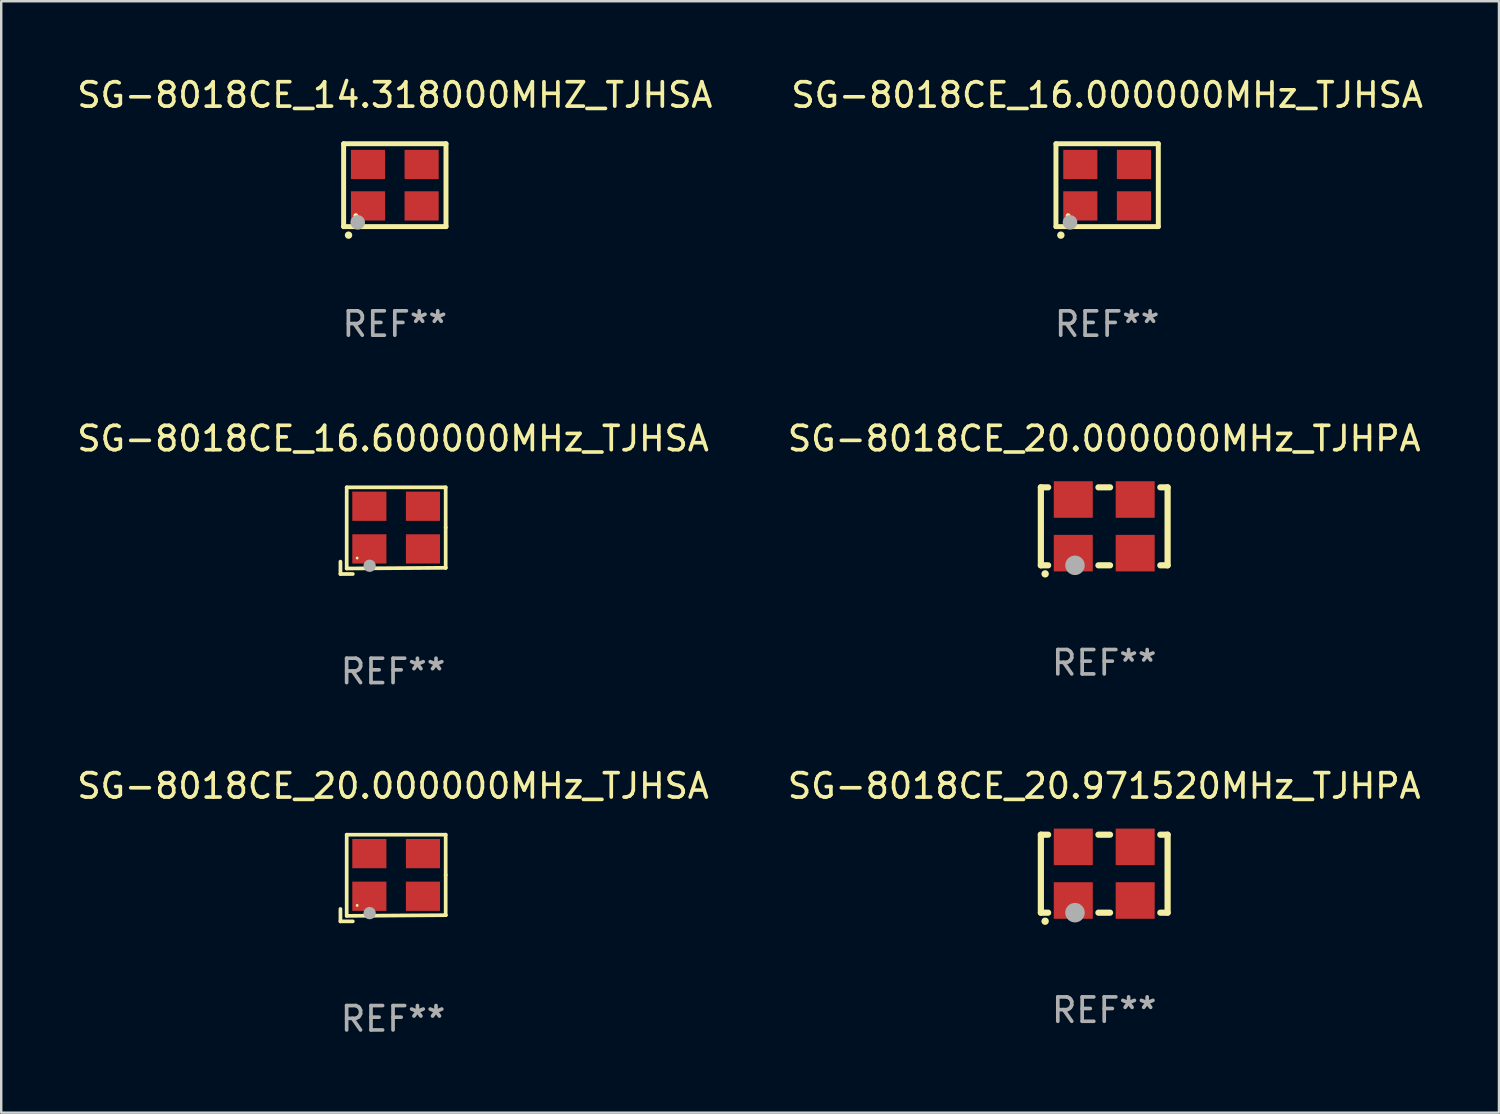
<source format=kicad_pcb>
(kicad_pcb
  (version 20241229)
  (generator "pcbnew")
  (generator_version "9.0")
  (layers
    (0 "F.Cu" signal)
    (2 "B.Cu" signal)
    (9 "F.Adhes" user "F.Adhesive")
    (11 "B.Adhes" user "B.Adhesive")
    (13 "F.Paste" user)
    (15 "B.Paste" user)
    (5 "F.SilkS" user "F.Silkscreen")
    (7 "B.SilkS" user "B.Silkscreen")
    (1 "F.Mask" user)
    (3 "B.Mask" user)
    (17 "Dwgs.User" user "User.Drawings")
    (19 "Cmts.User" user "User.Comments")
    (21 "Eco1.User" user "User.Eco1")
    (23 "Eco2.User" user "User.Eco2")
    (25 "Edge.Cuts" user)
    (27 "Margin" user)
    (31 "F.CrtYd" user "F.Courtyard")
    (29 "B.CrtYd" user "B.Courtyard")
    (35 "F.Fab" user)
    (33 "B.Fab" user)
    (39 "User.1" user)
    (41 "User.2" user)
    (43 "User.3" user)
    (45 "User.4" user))
  (footprint "SG-8018CE_16.000000MHz_TJHSA"
    (layer "F.Cu")
    (at 42.375 4.548)
    (property "Reference" "SG-8018CE_16.000000MHz_TJHSA" (at 0 -3.7 0) (layer "F.SilkS") (effects (font (size 1 1) (thickness 0.15))))
    (attr through_hole)
    (fp_line (start -2.1 -1.7) (end -2.1 1.7) (stroke (width 0.203) (type solid)) (layer "F.SilkS"))
    (fp_line (start -2.1 1.7) (end 2.1 1.7) (stroke (width 0.203) (type solid)) (layer "F.SilkS"))
    (fp_line (start 2.1 -1.7) (end -2.1 -1.7) (stroke (width 0.203) (type solid)) (layer "F.SilkS"))
    (fp_line (start 2.1 1.7) (end 2.1 -1.7) (stroke (width 0.203) (type solid)) (layer "F.SilkS"))
    (fp_arc (start -1.899924 2.049784) (mid -1.898654 2.049779) (end -1.897384 2.049784) (stroke (width 0.3) (type solid)) (layer "F.SilkS"))
    (fp_circle (center -1.6 1.25) (end -1.55 1.25) (stroke (width 0.1) (type solid)) (fill no) (layer "F.SilkS"))
    (fp_circle (center -1.524 1.524) (end -1.374 1.524) (stroke (width 0.3) (type solid)) (fill no) (layer "F.Fab"))
    (fp_text user "REF**" (at 0 5.7 0) (layer "F.Fab") (effects (font (size 1 1) (thickness 0.15))))
    (pad "1" smd rect (at -1.1 0.85) (size 1.4 1.2) (layers "F.Cu" "F.Mask" "F.Paste"))
    (pad "2" smd rect (at 1.1 0.85) (size 1.4 1.2) (layers "F.Cu" "F.Mask" "F.Paste"))
    (pad "3" smd rect (at 1.1 -0.85) (size 1.4 1.2) (layers "F.Cu" "F.Mask" "F.Paste"))
    (pad "4" smd rect (at -1.1 -0.85) (size 1.4 1.2) (layers "F.Cu" "F.Mask" "F.Paste")))
  (footprint "SG-8018CE_20.000000MHz_TJHPA"
    (layer "F.Cu")
    (at 42.256 18.545)
    (property "Reference" "SG-8018CE_20.000000MHz_TJHPA" (at 0 -3.6 0) (layer "F.SilkS") (effects (font (size 1 1) (thickness 0.15))))
    (attr through_hole)
    (fp_line (start -2.6 -1.6) (end -2.301 -1.6) (stroke (width 0.254) (type solid)) (layer "F.SilkS"))
    (fp_line (start -2.6 1.6) (end -2.6 -1.6) (stroke (width 0.254) (type solid)) (layer "F.SilkS"))
    (fp_line (start -2.301 1.6) (end -2.6 1.6) (stroke (width 0.254) (type solid)) (layer "F.SilkS"))
    (fp_line (start -0.239 -1.6) (end 0.239 -1.6) (stroke (width 0.254) (type solid)) (layer "F.SilkS"))
    (fp_line (start 0.239 1.6) (end -0.239 1.6) (stroke (width 0.254) (type solid)) (layer "F.SilkS"))
    (fp_line (start 2.301 -1.6) (end 2.6 -1.6) (stroke (width 0.254) (type solid)) (layer "F.SilkS"))
    (fp_line (start 2.6 -1.6) (end 2.6 1.6) (stroke (width 0.254) (type solid)) (layer "F.SilkS"))
    (fp_line (start 2.6 1.6) (end 2.301 1.6) (stroke (width 0.254) (type solid)) (layer "F.SilkS"))
    (fp_arc (start -2.426213 1.949987) (mid -2.424943 1.949982) (end -2.423673 1.949987) (stroke (width 0.3) (type solid)) (layer "F.SilkS"))
    (fp_circle (center -2.5 1.6) (end -2.47 1.6) (stroke (width 0.06) (type solid)) (fill no) (layer "F.SilkS"))
    (fp_circle (center -1.2 1.6) (end -1 1.6) (stroke (width 0.4) (type solid)) (fill no) (layer "F.Fab"))
    (fp_text user "REF**" (at 0 5.6 0) (layer "F.Fab") (effects (font (size 1 1) (thickness 0.15))))
    (pad "1" smd rect (at -1.27 1.1) (size 1.6 1.5) (layers "F.Cu" "F.Mask" "F.Paste"))
    (pad "2" smd rect (at 1.27 1.1) (size 1.6 1.5) (layers "F.Cu" "F.Mask" "F.Paste"))
    (pad "3" smd rect (at 1.27 -1.1) (size 1.6 1.5) (layers "F.Cu" "F.Mask" "F.Paste"))
    (pad "4" smd rect (at -1.27 -1.1) (size 1.6 1.5) (layers "F.Cu" "F.Mask" "F.Paste")))
  (footprint "SG-8018CE_16.600000MHz_TJHSA"
    (layer "F.Cu")
    (at 13.077 18.723)
    (property "Reference" "SG-8018CE_16.600000MHz_TJHSA" (at 0 -3.778 0) (layer "F.SilkS") (effects (font (size 1 1) (thickness 0.15))))
    (attr through_hole)
    (fp_line (start -2.159 1.27) (end -2.159 1.778) (stroke (width 0.152) (type solid)) (layer "F.SilkS"))
    (fp_line (start -2.159 1.778) (end -1.651 1.778) (stroke (width 0.152) (type solid)) (layer "F.SilkS"))
    (fp_line (start -1.902 -1.778) (end 2.159 -1.778) (stroke (width 0.152) (type solid)) (layer "F.SilkS"))
    (fp_line (start -1.902 1.552) (end -1.902 -1.778) (stroke (width 0.152) (type solid)) (layer "F.SilkS"))
    (fp_line (start 2.159 -1.778) (end 2.159 -0.127) (stroke (width 0.152) (type solid)) (layer "F.SilkS"))
    (fp_line (start 2.159 -0.127) (end 2.159 1.524) (stroke (width 0.152) (type solid)) (layer "F.SilkS"))
    (fp_line (start 2.159 1.524) (end -1.902 1.552) (stroke (width 0.152) (type solid)) (layer "F.SilkS"))
    (fp_line (start 2.159 1.524) (end 2.159 1.524) (stroke (width 0.152) (type solid)) (layer "F.SilkS"))
    (fp_circle (center -1.473 1.123) (end -1.443 1.123) (stroke (width 0.06) (type solid)) (fill no) (layer "F.SilkS"))
    (fp_circle (center -0.961 1.44) (end -0.834 1.44) (stroke (width 0.254) (type solid)) (fill no) (layer "F.Fab"))
    (fp_text user "REF**" (at 0 5.778 0) (layer "F.Fab") (effects (font (size 1 1) (thickness 0.15))))
    (pad "1" smd rect (at -0.973 0.748) (size 1.4 1.2) (layers "F.Cu" "F.Mask" "F.Paste"))
    (pad "2" smd rect (at 1.227 0.748) (size 1.4 1.2) (layers "F.Cu" "F.Mask" "F.Paste"))
    (pad "3" smd rect (at 1.227 -1.002) (size 1.4 1.2) (layers "F.Cu" "F.Mask" "F.Paste"))
    (pad "4" smd rect (at -0.973 -1.002) (size 1.4 1.2) (layers "F.Cu" "F.Mask" "F.Paste")))
  (footprint "SG-8018CE_14.318000MHZ_TJHSA"
    (layer "F.Cu")
    (at 13.149 4.548)
    (property "Reference" "SG-8018CE_14.318000MHZ_TJHSA" (at 0 -3.7 0) (layer "F.SilkS") (effects (font (size 1 1) (thickness 0.15))))
    (attr through_hole)
    (fp_line (start -2.1 -1.7) (end -2.1 1.7) (stroke (width 0.203) (type solid)) (layer "F.SilkS"))
    (fp_line (start -2.1 1.7) (end 2.1 1.7) (stroke (width 0.203) (type solid)) (layer "F.SilkS"))
    (fp_line (start 2.1 -1.7) (end -2.1 -1.7) (stroke (width 0.203) (type solid)) (layer "F.SilkS"))
    (fp_line (start 2.1 1.7) (end 2.1 -1.7) (stroke (width 0.203) (type solid)) (layer "F.SilkS"))
    (fp_arc (start -1.899924 2.049784) (mid -1.898654 2.049779) (end -1.897384 2.049784) (stroke (width 0.3) (type solid)) (layer "F.SilkS"))
    (fp_circle (center -1.6 1.25) (end -1.55 1.25) (stroke (width 0.1) (type solid)) (fill no) (layer "F.SilkS"))
    (fp_circle (center -1.524 1.524) (end -1.374 1.524) (stroke (width 0.3) (type solid)) (fill no) (layer "F.Fab"))
    (fp_text user "REF**" (at 0 5.7 0) (layer "F.Fab") (effects (font (size 1 1) (thickness 0.15))))
    (pad "1" smd rect (at -1.1 0.85) (size 1.4 1.2) (layers "F.Cu" "F.Mask" "F.Paste"))
    (pad "2" smd rect (at 1.1 0.85) (size 1.4 1.2) (layers "F.Cu" "F.Mask" "F.Paste"))
    (pad "3" smd rect (at 1.1 -0.85) (size 1.4 1.2) (layers "F.Cu" "F.Mask" "F.Paste"))
    (pad "4" smd rect (at -1.1 -0.85) (size 1.4 1.2) (layers "F.Cu" "F.Mask" "F.Paste")))
  (footprint "SG-8018CE_20.000000MHz_TJHSA"
    (layer "F.Cu")
    (at 13.077 32.975)
    (property "Reference" "SG-8018CE_20.000000MHz_TJHSA" (at 0 -3.778 0) (layer "F.SilkS") (effects (font (size 1 1) (thickness 0.15))))
    (attr through_hole)
    (fp_line (start -2.159 1.27) (end -2.159 1.778) (stroke (width 0.152) (type solid)) (layer "F.SilkS"))
    (fp_line (start -2.159 1.778) (end -1.651 1.778) (stroke (width 0.152) (type solid)) (layer "F.SilkS"))
    (fp_line (start -1.902 -1.778) (end 2.159 -1.778) (stroke (width 0.152) (type solid)) (layer "F.SilkS"))
    (fp_line (start -1.902 1.552) (end -1.902 -1.778) (stroke (width 0.152) (type solid)) (layer "F.SilkS"))
    (fp_line (start 2.159 -1.778) (end 2.159 -0.127) (stroke (width 0.152) (type solid)) (layer "F.SilkS"))
    (fp_line (start 2.159 -0.127) (end 2.159 1.524) (stroke (width 0.152) (type solid)) (layer "F.SilkS"))
    (fp_line (start 2.159 1.524) (end -1.902 1.552) (stroke (width 0.152) (type solid)) (layer "F.SilkS"))
    (fp_line (start 2.159 1.524) (end 2.159 1.524) (stroke (width 0.152) (type solid)) (layer "F.SilkS"))
    (fp_circle (center -1.473 1.123) (end -1.443 1.123) (stroke (width 0.06) (type solid)) (fill no) (layer "F.SilkS"))
    (fp_circle (center -0.961 1.44) (end -0.834 1.44) (stroke (width 0.254) (type solid)) (fill no) (layer "F.Fab"))
    (fp_text user "REF**" (at 0 5.778 0) (layer "F.Fab") (effects (font (size 1 1) (thickness 0.15))))
    (pad "1" smd rect (at -0.973 0.748) (size 1.4 1.2) (layers "F.Cu" "F.Mask" "F.Paste"))
    (pad "2" smd rect (at 1.227 0.748) (size 1.4 1.2) (layers "F.Cu" "F.Mask" "F.Paste"))
    (pad "3" smd rect (at 1.227 -1.002) (size 1.4 1.2) (layers "F.Cu" "F.Mask" "F.Paste"))
    (pad "4" smd rect (at -0.973 -1.002) (size 1.4 1.2) (layers "F.Cu" "F.Mask" "F.Paste")))
  (footprint "SG-8018CE_20.971520MHz_TJHPA"
    (layer "F.Cu")
    (at 42.256 32.797)
    (property "Reference" "SG-8018CE_20.971520MHz_TJHPA" (at 0 -3.6 0) (layer "F.SilkS") (effects (font (size 1 1) (thickness 0.15))))
    (attr through_hole)
    (fp_line (start -2.6 -1.6) (end -2.301 -1.6) (stroke (width 0.254) (type solid)) (layer "F.SilkS"))
    (fp_line (start -2.6 1.6) (end -2.6 -1.6) (stroke (width 0.254) (type solid)) (layer "F.SilkS"))
    (fp_line (start -2.301 1.6) (end -2.6 1.6) (stroke (width 0.254) (type solid)) (layer "F.SilkS"))
    (fp_line (start -0.239 -1.6) (end 0.239 -1.6) (stroke (width 0.254) (type solid)) (layer "F.SilkS"))
    (fp_line (start 0.239 1.6) (end -0.239 1.6) (stroke (width 0.254) (type solid)) (layer "F.SilkS"))
    (fp_line (start 2.301 -1.6) (end 2.6 -1.6) (stroke (width 0.254) (type solid)) (layer "F.SilkS"))
    (fp_line (start 2.6 -1.6) (end 2.6 1.6) (stroke (width 0.254) (type solid)) (layer "F.SilkS"))
    (fp_line (start 2.6 1.6) (end 2.301 1.6) (stroke (width 0.254) (type solid)) (layer "F.SilkS"))
    (fp_arc (start -2.426213 1.949987) (mid -2.424943 1.949982) (end -2.423673 1.949987) (stroke (width 0.3) (type solid)) (layer "F.SilkS"))
    (fp_circle (center -2.5 1.6) (end -2.47 1.6) (stroke (width 0.06) (type solid)) (fill no) (layer "F.SilkS"))
    (fp_circle (center -1.2 1.6) (end -1 1.6) (stroke (width 0.4) (type solid)) (fill no) (layer "F.Fab"))
    (fp_text user "REF**" (at 0 5.6 0) (layer "F.Fab") (effects (font (size 1 1) (thickness 0.15))))
    (pad "1" smd rect (at -1.27 1.1) (size 1.6 1.5) (layers "F.Cu" "F.Mask" "F.Paste"))
    (pad "2" smd rect (at 1.27 1.1) (size 1.6 1.5) (layers "F.Cu" "F.Mask" "F.Paste"))
    (pad "3" smd rect (at 1.27 -1.1) (size 1.6 1.5) (layers "F.Cu" "F.Mask" "F.Paste"))
    (pad "4" smd rect (at -1.27 -1.1) (size 1.6 1.5) (layers "F.Cu" "F.Mask" "F.Paste")))
  (gr_rect
    (start -3 -3)
    (end 58.452 42.602)
    (stroke (width 0.1) (type default))
    (fill no)
    (layer "Edge.Cuts")))
</source>
